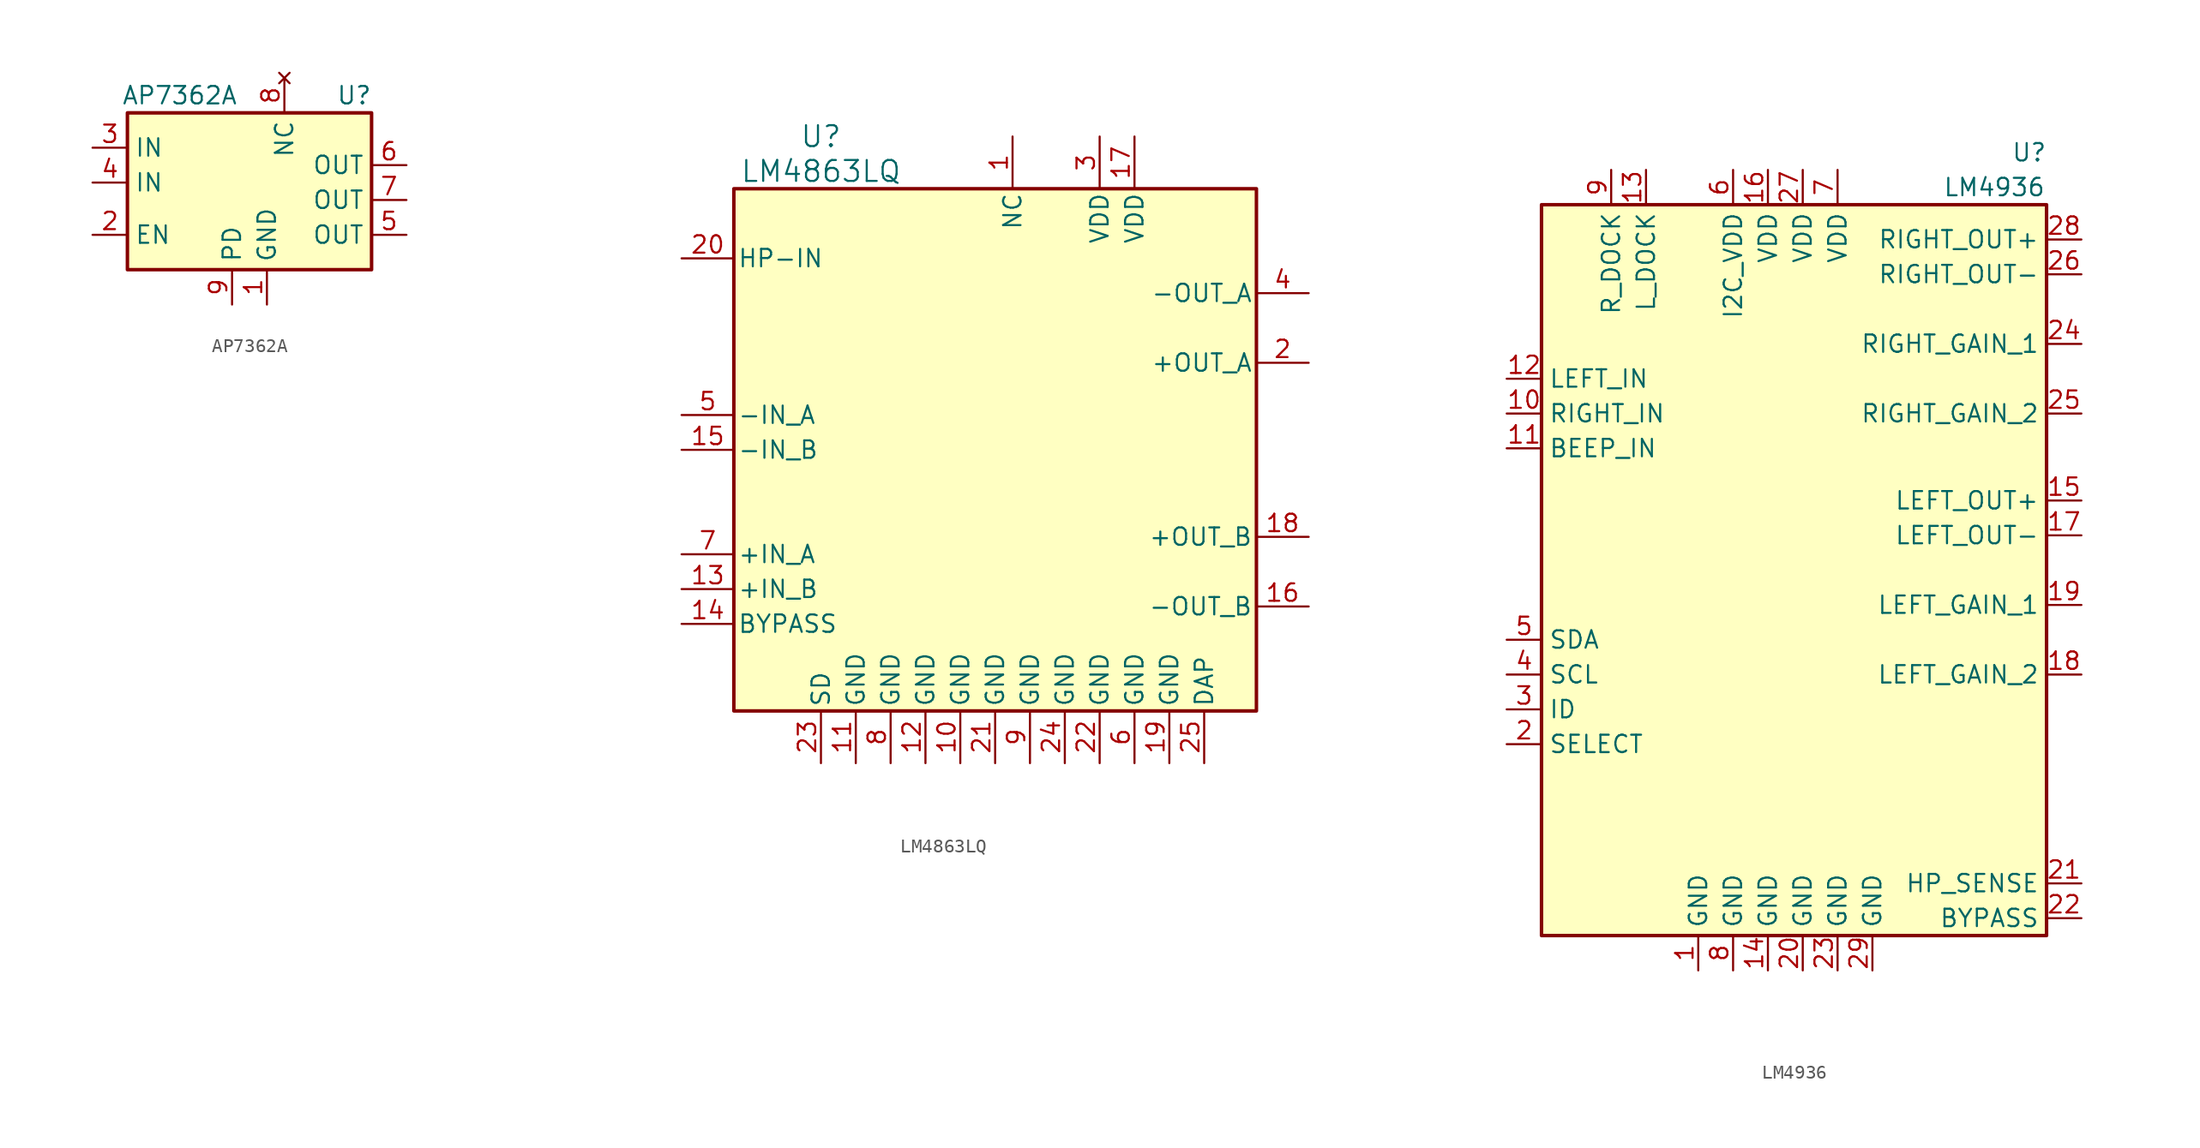
<source format=kicad_sym>
(kicad_symbol_lib
  (version 20211014)
  (generator kicad_symbol_editor)
  (symbol "AP7362A"
    (property "Reference" "U"
      (at 8.89 5.08 0)
      (effects (font (size 1.27 1.27))))
    (property "Value" "AP7362A"
      (at -3.81 5.08 0)
      (effects (font (size 1.27 1.27))))
    (symbol "AP7362A_0_1"
      (rectangle (start -7.62 3.81) (end 10.16 -7.62) (stroke (width 0.254) (type default) (color 0 0 0 0)) (fill (type background))))
    (symbol "AP7362A_1_1"
      (pin input line (at 2.54 -10.16 90) (length 2.54) (name "GND" (effects (font (size 1.27 1.27)))) (number "1" (effects (font (size 1.27 1.27)))))
      (pin input line (at -10.16 -5.08 0) (length 2.54) (name "EN" (effects (font (size 1.27 1.27)))) (number "2" (effects (font (size 1.27 1.27)))))
      (pin power_in line (at -10.16 1.27 0) (length 2.54) (name "IN" (effects (font (size 1.27 1.27)))) (number "3" (effects (font (size 1.27 1.27)))))
      (pin power_in line (at -10.16 -1.27 0) (length 2.54) (name "IN" (effects (font (size 1.27 1.27)))) (number "4" (effects (font (size 1.27 1.27)))))
      (pin power_out line (at 12.7 -5.08 180) (length 2.54) (name "OUT" (effects (font (size 1.27 1.27)))) (number "5" (effects (font (size 1.27 1.27)))))
      (pin power_out line (at 12.7 0 180) (length 2.54) (name "OUT" (effects (font (size 1.27 1.27)))) (number "6" (effects (font (size 1.27 1.27)))))
      (pin power_out line (at 12.7 -2.54 180) (length 2.54) (name "OUT" (effects (font (size 1.27 1.27)))) (number "7" (effects (font (size 1.27 1.27)))))
      (pin no_connect line (at 3.81 6.35 270) (length 2.54) (name "NC" (effects (font (size 1.27 1.27)))) (number "8" (effects (font (size 1.27 1.27)))))
      (pin input line (at 0 -10.16 90) (length 2.54) (name "PD" (effects (font (size 1.27 1.27)))) (number "9" (effects (font (size 1.27 1.27)))))))
  (symbol "LM4863LQ"
    (pin_names
      (offset 0.254))
    (property "Reference" "U"
      (at 17.78 11.43 0)
      (effects (font (size 1.524 1.524))))
    (property "Value" "LM4863LQ"
      (at 17.78 8.89 0)
      (effects (font (size 1.524 1.524))))
    (property "Datasheet" ""
      (at 0 0 0)
      (effects (font (size 1.524 1.524))))
    (symbol "LM4863LQ_0_1"
      (rectangle (start 11.43 7.62) (end 49.53 -30.48) (stroke (width 0.254) (type default) (color 0 0 0 0)) (fill (type background))))
    (symbol "LM4863LQ_1_1"
      (pin passive line (at 31.75 11.43 270) (length 3.81) (name "NC" (effects (font (size 1.27 1.27)))) (number "1" (effects (font (size 1.27 1.27)))))
      (pin power_in line (at 27.94 -34.29 90) (length 3.81) (name "GND" (effects (font (size 1.27 1.27)))) (number "10" (effects (font (size 1.27 1.27)))))
      (pin power_in line (at 20.32 -34.29 90) (length 3.81) (name "GND" (effects (font (size 1.27 1.27)))) (number "11" (effects (font (size 1.27 1.27)))))
      (pin power_in line (at 25.4 -34.29 90) (length 3.81) (name "GND" (effects (font (size 1.27 1.27)))) (number "12" (effects (font (size 1.27 1.27)))))
      (pin input line (at 7.62 -21.59 0) (length 3.81) (name "+IN_B" (effects (font (size 1.27 1.27)))) (number "13" (effects (font (size 1.27 1.27)))))
      (pin passive line (at 7.62 -24.13 0) (length 3.81) (name "BYPASS" (effects (font (size 1.27 1.27)))) (number "14" (effects (font (size 1.27 1.27)))))
      (pin input line (at 7.62 -11.43 0) (length 3.81) (name "-IN_B" (effects (font (size 1.27 1.27)))) (number "15" (effects (font (size 1.27 1.27)))))
      (pin output line (at 53.34 -22.86 180) (length 3.81) (name "-OUT_B" (effects (font (size 1.27 1.27)))) (number "16" (effects (font (size 1.27 1.27)))))
      (pin power_in line (at 40.64 11.43 270) (length 3.81) (name "VDD" (effects (font (size 1.27 1.27)))) (number "17" (effects (font (size 1.27 1.27)))))
      (pin output line (at 53.34 -17.78 180) (length 3.81) (name "+OUT_B" (effects (font (size 1.27 1.27)))) (number "18" (effects (font (size 1.27 1.27)))))
      (pin power_in line (at 43.18 -34.29 90) (length 3.81) (name "GND" (effects (font (size 1.27 1.27)))) (number "19" (effects (font (size 1.27 1.27)))))
      (pin output line (at 53.34 -5.08 180) (length 3.81) (name "+OUT_A" (effects (font (size 1.27 1.27)))) (number "2" (effects (font (size 1.27 1.27)))))
      (pin input line (at 7.62 2.54 0) (length 3.81) (name "HP-IN" (effects (font (size 1.27 1.27)))) (number "20" (effects (font (size 1.27 1.27)))))
      (pin power_in line (at 30.48 -34.29 90) (length 3.81) (name "GND" (effects (font (size 1.27 1.27)))) (number "21" (effects (font (size 1.27 1.27)))))
      (pin power_in line (at 38.1 -34.29 90) (length 3.81) (name "GND" (effects (font (size 1.27 1.27)))) (number "22" (effects (font (size 1.27 1.27)))))
      (pin input line (at 17.78 -34.29 90) (length 3.81) (name "SD" (effects (font (size 1.27 1.27)))) (number "23" (effects (font (size 1.27 1.27)))))
      (pin power_in line (at 35.56 -34.29 90) (length 3.81) (name "GND" (effects (font (size 1.27 1.27)))) (number "24" (effects (font (size 1.27 1.27)))))
      (pin power_in line (at 45.72 -34.29 90) (length 3.81) (name "DAP" (effects (font (size 1.27 1.27)))) (number "25" (effects (font (size 1.27 1.27)))))
      (pin power_in line (at 38.1 11.43 270) (length 3.81) (name "VDD" (effects (font (size 1.27 1.27)))) (number "3" (effects (font (size 1.27 1.27)))))
      (pin output line (at 53.34 0 180) (length 3.81) (name "-OUT_A" (effects (font (size 1.27 1.27)))) (number "4" (effects (font (size 1.27 1.27)))))
      (pin input line (at 7.62 -8.89 0) (length 3.81) (name "-IN_A" (effects (font (size 1.27 1.27)))) (number "5" (effects (font (size 1.27 1.27)))))
      (pin power_in line (at 40.64 -34.29 90) (length 3.81) (name "GND" (effects (font (size 1.27 1.27)))) (number "6" (effects (font (size 1.27 1.27)))))
      (pin input line (at 7.62 -19.05 0) (length 3.81) (name "+IN_A" (effects (font (size 1.27 1.27)))) (number "7" (effects (font (size 1.27 1.27)))))
      (pin power_in line (at 22.86 -34.29 90) (length 3.81) (name "GND" (effects (font (size 1.27 1.27)))) (number "8" (effects (font (size 1.27 1.27)))))
      (pin power_in line (at 33.02 -34.29 90) (length 3.81) (name "GND" (effects (font (size 1.27 1.27)))) (number "9" (effects (font (size 1.27 1.27)))))))
  (symbol "LM4936"
    (property "Reference" "U"
      (at 17.78 26.67 0)
      (effects (font (size 1.27 1.27))))
    (property "Value" "LM4936"
      (at 15.24 24.13 0)
      (effects (font (size 1.27 1.27))))
    (symbol "LM4936_0_1"
      (rectangle (start -17.78 22.86) (end 19.05 -30.48) (stroke (width 0.254) (type default) (color 0 0 0 0)) (fill (type background))))
    (symbol "LM4936_1_1"
      (pin power_in line (at -6.35 -33.02 90) (length 2.54) (name "GND" (effects (font (size 1.27 1.27)))) (number "1" (effects (font (size 1.27 1.27)))))
      (pin input line (at -20.32 7.62 0) (length 2.54) (name "RIGHT_IN" (effects (font (size 1.27 1.27)))) (number "10" (effects (font (size 1.27 1.27)))))
      (pin input line (at -20.32 5.08 0) (length 2.54) (name "BEEP_IN" (effects (font (size 1.27 1.27)))) (number "11" (effects (font (size 1.27 1.27)))))
      (pin input line (at -20.32 10.16 0) (length 2.54) (name "LEFT_IN" (effects (font (size 1.27 1.27)))) (number "12" (effects (font (size 1.27 1.27)))))
      (pin output line (at -10.16 25.4 270) (length 2.54) (name "L_DOCK" (effects (font (size 1.27 1.27)))) (number "13" (effects (font (size 1.27 1.27)))))
      (pin power_in line (at -1.27 -33.02 90) (length 2.54) (name "GND" (effects (font (size 1.27 1.27)))) (number "14" (effects (font (size 1.27 1.27)))))
      (pin output line (at 21.59 1.27 180) (length 2.54) (name "LEFT_OUT+" (effects (font (size 1.27 1.27)))) (number "15" (effects (font (size 1.27 1.27)))))
      (pin power_in line (at -1.27 25.4 270) (length 2.54) (name "VDD" (effects (font (size 1.27 1.27)))) (number "16" (effects (font (size 1.27 1.27)))))
      (pin output line (at 21.59 -1.27 180) (length 2.54) (name "LEFT_OUT-" (effects (font (size 1.27 1.27)))) (number "17" (effects (font (size 1.27 1.27)))))
      (pin input line (at 21.59 -11.43 180) (length 2.54) (name "LEFT_GAIN_2" (effects (font (size 1.27 1.27)))) (number "18" (effects (font (size 1.27 1.27)))))
      (pin input line (at 21.59 -6.35 180) (length 2.54) (name "LEFT_GAIN_1" (effects (font (size 1.27 1.27)))) (number "19" (effects (font (size 1.27 1.27)))))
      (pin input line (at -20.32 -16.51 0) (length 2.54) (name "SELECT" (effects (font (size 1.27 1.27)))) (number "2" (effects (font (size 1.27 1.27)))))
      (pin power_in line (at 1.27 -33.02 90) (length 2.54) (name "GND" (effects (font (size 1.27 1.27)))) (number "20" (effects (font (size 1.27 1.27)))))
      (pin input line (at 21.59 -26.67 180) (length 2.54) (name "HP_SENSE" (effects (font (size 1.27 1.27)))) (number "21" (effects (font (size 1.27 1.27)))))
      (pin input line (at 21.59 -29.21 180) (length 2.54) (name "BYPASS" (effects (font (size 1.27 1.27)))) (number "22" (effects (font (size 1.27 1.27)))))
      (pin power_in line (at 3.81 -33.02 90) (length 2.54) (name "GND" (effects (font (size 1.27 1.27)))) (number "23" (effects (font (size 1.27 1.27)))))
      (pin input line (at 21.59 12.7 180) (length 2.54) (name "RIGHT_GAIN_1" (effects (font (size 1.27 1.27)))) (number "24" (effects (font (size 1.27 1.27)))))
      (pin input line (at 21.59 7.62 180) (length 2.54) (name "RIGHT_GAIN_2" (effects (font (size 1.27 1.27)))) (number "25" (effects (font (size 1.27 1.27)))))
      (pin output line (at 21.59 17.78 180) (length 2.54) (name "RIGHT_OUT-" (effects (font (size 1.27 1.27)))) (number "26" (effects (font (size 1.27 1.27)))))
      (pin power_in line (at 1.27 25.4 270) (length 2.54) (name "VDD" (effects (font (size 1.27 1.27)))) (number "27" (effects (font (size 1.27 1.27)))))
      (pin output line (at 21.59 20.32 180) (length 2.54) (name "RIGHT_OUT+" (effects (font (size 1.27 1.27)))) (number "28" (effects (font (size 1.27 1.27)))))
      (pin power_in line (at 6.35 -33.02 90) (length 2.54) (name "GND" (effects (font (size 1.27 1.27)))) (number "29" (effects (font (size 1.27 1.27)))))
      (pin input line (at -20.32 -13.97 0) (length 2.54) (name "ID" (effects (font (size 1.27 1.27)))) (number "3" (effects (font (size 1.27 1.27)))))
      (pin input line (at -20.32 -11.43 0) (length 2.54) (name "SCL" (effects (font (size 1.27 1.27)))) (number "4" (effects (font (size 1.27 1.27)))))
      (pin input line (at -20.32 -8.89 0) (length 2.54) (name "SDA" (effects (font (size 1.27 1.27)))) (number "5" (effects (font (size 1.27 1.27)))))
      (pin power_in line (at -3.81 25.4 270) (length 2.54) (name "I2C_VDD" (effects (font (size 1.27 1.27)))) (number "6" (effects (font (size 1.27 1.27)))))
      (pin power_in line (at 3.81 25.4 270) (length 2.54) (name "VDD" (effects (font (size 1.27 1.27)))) (number "7" (effects (font (size 1.27 1.27)))))
      (pin power_in line (at -3.81 -33.02 90) (length 2.54) (name "GND" (effects (font (size 1.27 1.27)))) (number "8" (effects (font (size 1.27 1.27)))))
      (pin output line (at -12.7 25.4 270) (length 2.54) (name "R_DOCK" (effects (font (size 1.27 1.27)))) (number "9" (effects (font (size 1.27 1.27))))))))
</source>
